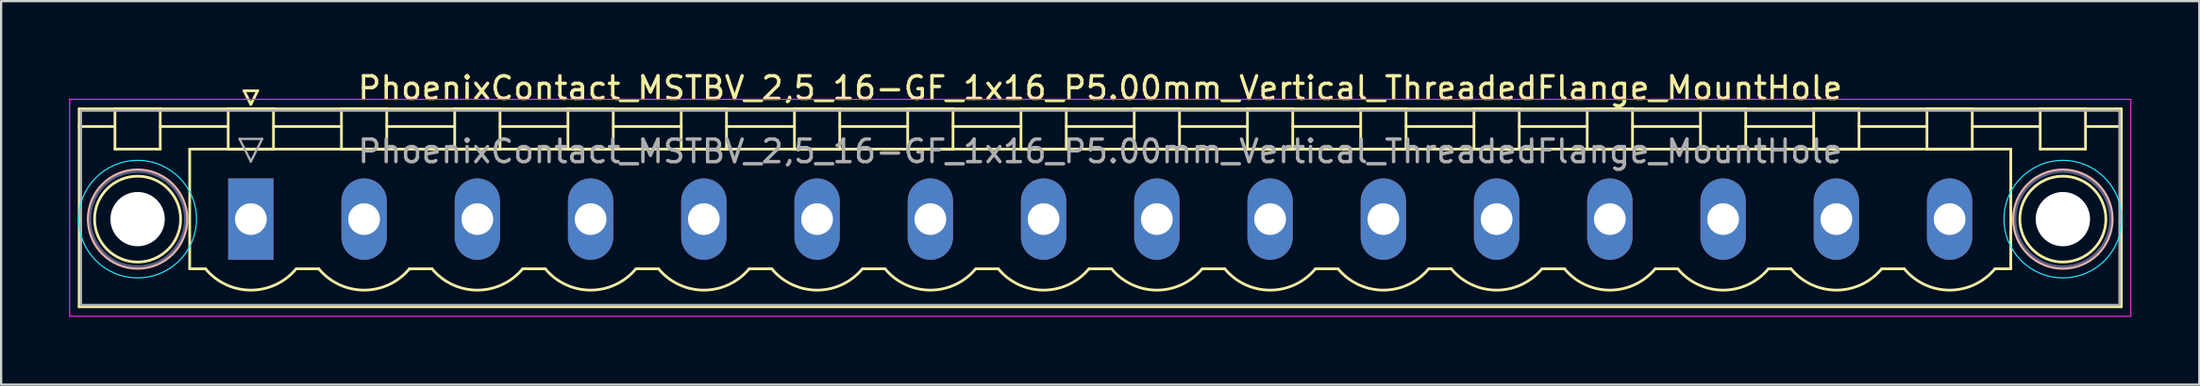
<source format=kicad_pcb>
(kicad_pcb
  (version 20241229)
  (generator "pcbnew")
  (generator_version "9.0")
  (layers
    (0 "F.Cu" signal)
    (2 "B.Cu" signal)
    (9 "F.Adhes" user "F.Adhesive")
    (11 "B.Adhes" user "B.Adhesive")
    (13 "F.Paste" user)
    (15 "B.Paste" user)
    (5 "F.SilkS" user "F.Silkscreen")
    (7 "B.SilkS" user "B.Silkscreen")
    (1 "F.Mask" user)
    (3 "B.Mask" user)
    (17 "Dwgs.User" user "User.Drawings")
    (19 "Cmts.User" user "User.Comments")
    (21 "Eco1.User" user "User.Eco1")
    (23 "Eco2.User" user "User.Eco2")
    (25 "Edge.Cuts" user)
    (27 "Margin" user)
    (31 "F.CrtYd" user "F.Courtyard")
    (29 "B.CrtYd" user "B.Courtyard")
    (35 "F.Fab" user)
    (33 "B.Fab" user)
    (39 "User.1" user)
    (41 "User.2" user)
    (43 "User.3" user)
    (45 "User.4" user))
  (footprint "PhoenixContact_MSTBV_2,5_16-GF_1x16_P5.00mm_Vertical_ThreadedFlange_MountHole"
    (layer "F.Cu")
    (at 8.025 6.648)
    (property "Reference" "PhoenixContact_MSTBV_2,5_16-GF_1x16_P5.00mm_Vertical_ThreadedFlange_MountHole" (at 37.5 -5.8 0) (layer "F.SilkS") (effects (font (size 1 1) (thickness 0.15))))
    (attr through_hole)
    (fp_line (start -7.58 -4.88) (end -7.58 3.88) (stroke (width 0.12) (type solid)) (layer "F.SilkS"))
    (fp_line (start -7.58 -4.1) (end -6.08 -4.1) (stroke (width 0.12) (type solid)) (layer "F.SilkS"))
    (fp_line (start -7.58 3.88) (end 82.58 3.88) (stroke (width 0.12) (type solid)) (layer "F.SilkS"))
    (fp_line (start -6 -4.88) (end -4 -4.88) (stroke (width 0.12) (type solid)) (layer "F.SilkS"))
    (fp_line (start -6 -3.1) (end -6 -4.88) (stroke (width 0.12) (type solid)) (layer "F.SilkS"))
    (fp_line (start -4 -4.88) (end -4 -3.1) (stroke (width 0.12) (type solid)) (layer "F.SilkS"))
    (fp_line (start -4 -4.1) (end -1 -4.1) (stroke (width 0.12) (type solid)) (layer "F.SilkS"))
    (fp_line (start -4 -3.1) (end -6 -3.1) (stroke (width 0.12) (type solid)) (layer "F.SilkS"))
    (fp_line (start -2.7 -3.1) (end 77.7 -3.1) (stroke (width 0.12) (type solid)) (layer "F.SilkS"))
    (fp_line (start -2.7 2.2) (end -2.7 -3.1) (stroke (width 0.12) (type solid)) (layer "F.SilkS"))
    (fp_line (start -2 2.2) (end -2.7 2.2) (stroke (width 0.12) (type solid)) (layer "F.SilkS"))
    (fp_line (start -1 -4.88) (end 1 -4.88) (stroke (width 0.12) (type solid)) (layer "F.SilkS"))
    (fp_line (start -1 -3.1) (end -1 -4.88) (stroke (width 0.12) (type solid)) (layer "F.SilkS"))
    (fp_line (start -0.3 -5.68) (end 0.3 -5.68) (stroke (width 0.12) (type solid)) (layer "F.SilkS"))
    (fp_line (start 0 -5.08) (end -0.3 -5.68) (stroke (width 0.12) (type solid)) (layer "F.SilkS"))
    (fp_line (start 0.3 -5.68) (end 0 -5.08) (stroke (width 0.12) (type solid)) (layer "F.SilkS"))
    (fp_line (start 1 -4.88) (end 1 -3.1) (stroke (width 0.12) (type solid)) (layer "F.SilkS"))
    (fp_line (start 1 -4.1) (end 4 -4.1) (stroke (width 0.12) (type solid)) (layer "F.SilkS"))
    (fp_line (start 1 -3.1) (end -1 -3.1) (stroke (width 0.12) (type solid)) (layer "F.SilkS"))
    (fp_line (start 2 2.2) (end 3 2.2) (stroke (width 0.12) (type solid)) (layer "F.SilkS"))
    (fp_line (start 4 -4.88) (end 6 -4.88) (stroke (width 0.12) (type solid)) (layer "F.SilkS"))
    (fp_line (start 4 -3.1) (end 4 -4.88) (stroke (width 0.12) (type solid)) (layer "F.SilkS"))
    (fp_line (start 6 -4.88) (end 6 -3.1) (stroke (width 0.12) (type solid)) (layer "F.SilkS"))
    (fp_line (start 6 -4.1) (end 9 -4.1) (stroke (width 0.12) (type solid)) (layer "F.SilkS"))
    (fp_line (start 6 -3.1) (end 4 -3.1) (stroke (width 0.12) (type solid)) (layer "F.SilkS"))
    (fp_line (start 7 2.2) (end 8 2.2) (stroke (width 0.12) (type solid)) (layer "F.SilkS"))
    (fp_line (start 9 -4.88) (end 11 -4.88) (stroke (width 0.12) (type solid)) (layer "F.SilkS"))
    (fp_line (start 9 -3.1) (end 9 -4.88) (stroke (width 0.12) (type solid)) (layer "F.SilkS"))
    (fp_line (start 11 -4.88) (end 11 -3.1) (stroke (width 0.12) (type solid)) (layer "F.SilkS"))
    (fp_line (start 11 -4.1) (end 14 -4.1) (stroke (width 0.12) (type solid)) (layer "F.SilkS"))
    (fp_line (start 11 -3.1) (end 9 -3.1) (stroke (width 0.12) (type solid)) (layer "F.SilkS"))
    (fp_line (start 12 2.2) (end 13 2.2) (stroke (width 0.12) (type solid)) (layer "F.SilkS"))
    (fp_line (start 14 -4.88) (end 16 -4.88) (stroke (width 0.12) (type solid)) (layer "F.SilkS"))
    (fp_line (start 14 -3.1) (end 14 -4.88) (stroke (width 0.12) (type solid)) (layer "F.SilkS"))
    (fp_line (start 16 -4.88) (end 16 -3.1) (stroke (width 0.12) (type solid)) (layer "F.SilkS"))
    (fp_line (start 16 -4.1) (end 19 -4.1) (stroke (width 0.12) (type solid)) (layer "F.SilkS"))
    (fp_line (start 16 -3.1) (end 14 -3.1) (stroke (width 0.12) (type solid)) (layer "F.SilkS"))
    (fp_line (start 17 2.2) (end 18 2.2) (stroke (width 0.12) (type solid)) (layer "F.SilkS"))
    (fp_line (start 19 -4.88) (end 21 -4.88) (stroke (width 0.12) (type solid)) (layer "F.SilkS"))
    (fp_line (start 19 -3.1) (end 19 -4.88) (stroke (width 0.12) (type solid)) (layer "F.SilkS"))
    (fp_line (start 21 -4.88) (end 21 -3.1) (stroke (width 0.12) (type solid)) (layer "F.SilkS"))
    (fp_line (start 21 -4.1) (end 24 -4.1) (stroke (width 0.12) (type solid)) (layer "F.SilkS"))
    (fp_line (start 21 -3.1) (end 19 -3.1) (stroke (width 0.12) (type solid)) (layer "F.SilkS"))
    (fp_line (start 22 2.2) (end 23 2.2) (stroke (width 0.12) (type solid)) (layer "F.SilkS"))
    (fp_line (start 24 -4.88) (end 26 -4.88) (stroke (width 0.12) (type solid)) (layer "F.SilkS"))
    (fp_line (start 24 -3.1) (end 24 -4.88) (stroke (width 0.12) (type solid)) (layer "F.SilkS"))
    (fp_line (start 26 -4.88) (end 26 -3.1) (stroke (width 0.12) (type solid)) (layer "F.SilkS"))
    (fp_line (start 26 -4.1) (end 29 -4.1) (stroke (width 0.12) (type solid)) (layer "F.SilkS"))
    (fp_line (start 26 -3.1) (end 24 -3.1) (stroke (width 0.12) (type solid)) (layer "F.SilkS"))
    (fp_line (start 27 2.2) (end 28 2.2) (stroke (width 0.12) (type solid)) (layer "F.SilkS"))
    (fp_line (start 29 -4.88) (end 31 -4.88) (stroke (width 0.12) (type solid)) (layer "F.SilkS"))
    (fp_line (start 29 -3.1) (end 29 -4.88) (stroke (width 0.12) (type solid)) (layer "F.SilkS"))
    (fp_line (start 31 -4.88) (end 31 -3.1) (stroke (width 0.12) (type solid)) (layer "F.SilkS"))
    (fp_line (start 31 -4.1) (end 34 -4.1) (stroke (width 0.12) (type solid)) (layer "F.SilkS"))
    (fp_line (start 31 -3.1) (end 29 -3.1) (stroke (width 0.12) (type solid)) (layer "F.SilkS"))
    (fp_line (start 32 2.2) (end 33 2.2) (stroke (width 0.12) (type solid)) (layer "F.SilkS"))
    (fp_line (start 34 -4.88) (end 36 -4.88) (stroke (width 0.12) (type solid)) (layer "F.SilkS"))
    (fp_line (start 34 -3.1) (end 34 -4.88) (stroke (width 0.12) (type solid)) (layer "F.SilkS"))
    (fp_line (start 36 -4.88) (end 36 -3.1) (stroke (width 0.12) (type solid)) (layer "F.SilkS"))
    (fp_line (start 36 -4.1) (end 39 -4.1) (stroke (width 0.12) (type solid)) (layer "F.SilkS"))
    (fp_line (start 36 -3.1) (end 34 -3.1) (stroke (width 0.12) (type solid)) (layer "F.SilkS"))
    (fp_line (start 37 2.2) (end 38 2.2) (stroke (width 0.12) (type solid)) (layer "F.SilkS"))
    (fp_line (start 39 -4.88) (end 41 -4.88) (stroke (width 0.12) (type solid)) (layer "F.SilkS"))
    (fp_line (start 39 -3.1) (end 39 -4.88) (stroke (width 0.12) (type solid)) (layer "F.SilkS"))
    (fp_line (start 41 -4.88) (end 41 -3.1) (stroke (width 0.12) (type solid)) (layer "F.SilkS"))
    (fp_line (start 41 -4.1) (end 44 -4.1) (stroke (width 0.12) (type solid)) (layer "F.SilkS"))
    (fp_line (start 41 -3.1) (end 39 -3.1) (stroke (width 0.12) (type solid)) (layer "F.SilkS"))
    (fp_line (start 42 2.2) (end 43 2.2) (stroke (width 0.12) (type solid)) (layer "F.SilkS"))
    (fp_line (start 44 -4.88) (end 46 -4.88) (stroke (width 0.12) (type solid)) (layer "F.SilkS"))
    (fp_line (start 44 -3.1) (end 44 -4.88) (stroke (width 0.12) (type solid)) (layer "F.SilkS"))
    (fp_line (start 46 -4.88) (end 46 -3.1) (stroke (width 0.12) (type solid)) (layer "F.SilkS"))
    (fp_line (start 46 -4.1) (end 49 -4.1) (stroke (width 0.12) (type solid)) (layer "F.SilkS"))
    (fp_line (start 46 -3.1) (end 44 -3.1) (stroke (width 0.12) (type solid)) (layer "F.SilkS"))
    (fp_line (start 47 2.2) (end 48 2.2) (stroke (width 0.12) (type solid)) (layer "F.SilkS"))
    (fp_line (start 49 -4.88) (end 51 -4.88) (stroke (width 0.12) (type solid)) (layer "F.SilkS"))
    (fp_line (start 49 -3.1) (end 49 -4.88) (stroke (width 0.12) (type solid)) (layer "F.SilkS"))
    (fp_line (start 51 -4.88) (end 51 -3.1) (stroke (width 0.12) (type solid)) (layer "F.SilkS"))
    (fp_line (start 51 -4.1) (end 54 -4.1) (stroke (width 0.12) (type solid)) (layer "F.SilkS"))
    (fp_line (start 51 -3.1) (end 49 -3.1) (stroke (width 0.12) (type solid)) (layer "F.SilkS"))
    (fp_line (start 52 2.2) (end 53 2.2) (stroke (width 0.12) (type solid)) (layer "F.SilkS"))
    (fp_line (start 54 -4.88) (end 56 -4.88) (stroke (width 0.12) (type solid)) (layer "F.SilkS"))
    (fp_line (start 54 -3.1) (end 54 -4.88) (stroke (width 0.12) (type solid)) (layer "F.SilkS"))
    (fp_line (start 56 -4.88) (end 56 -3.1) (stroke (width 0.12) (type solid)) (layer "F.SilkS"))
    (fp_line (start 56 -4.1) (end 59 -4.1) (stroke (width 0.12) (type solid)) (layer "F.SilkS"))
    (fp_line (start 56 -3.1) (end 54 -3.1) (stroke (width 0.12) (type solid)) (layer "F.SilkS"))
    (fp_line (start 57 2.2) (end 58 2.2) (stroke (width 0.12) (type solid)) (layer "F.SilkS"))
    (fp_line (start 59 -4.88) (end 61 -4.88) (stroke (width 0.12) (type solid)) (layer "F.SilkS"))
    (fp_line (start 59 -3.1) (end 59 -4.88) (stroke (width 0.12) (type solid)) (layer "F.SilkS"))
    (fp_line (start 61 -4.88) (end 61 -3.1) (stroke (width 0.12) (type solid)) (layer "F.SilkS"))
    (fp_line (start 61 -4.1) (end 64 -4.1) (stroke (width 0.12) (type solid)) (layer "F.SilkS"))
    (fp_line (start 61 -3.1) (end 59 -3.1) (stroke (width 0.12) (type solid)) (layer "F.SilkS"))
    (fp_line (start 62 2.2) (end 63 2.2) (stroke (width 0.12) (type solid)) (layer "F.SilkS"))
    (fp_line (start 64 -4.88) (end 66 -4.88) (stroke (width 0.12) (type solid)) (layer "F.SilkS"))
    (fp_line (start 64 -3.1) (end 64 -4.88) (stroke (width 0.12) (type solid)) (layer "F.SilkS"))
    (fp_line (start 66 -4.88) (end 66 -3.1) (stroke (width 0.12) (type solid)) (layer "F.SilkS"))
    (fp_line (start 66 -4.1) (end 69 -4.1) (stroke (width 0.12) (type solid)) (layer "F.SilkS"))
    (fp_line (start 66 -3.1) (end 64 -3.1) (stroke (width 0.12) (type solid)) (layer "F.SilkS"))
    (fp_line (start 67 2.2) (end 68 2.2) (stroke (width 0.12) (type solid)) (layer "F.SilkS"))
    (fp_line (start 69 -4.88) (end 71 -4.88) (stroke (width 0.12) (type solid)) (layer "F.SilkS"))
    (fp_line (start 69 -3.1) (end 69 -4.88) (stroke (width 0.12) (type solid)) (layer "F.SilkS"))
    (fp_line (start 71 -4.88) (end 71 -3.1) (stroke (width 0.12) (type solid)) (layer "F.SilkS"))
    (fp_line (start 71 -4.1) (end 74 -4.1) (stroke (width 0.12) (type solid)) (layer "F.SilkS"))
    (fp_line (start 71 -3.1) (end 69 -3.1) (stroke (width 0.12) (type solid)) (layer "F.SilkS"))
    (fp_line (start 72 2.2) (end 73 2.2) (stroke (width 0.12) (type solid)) (layer "F.SilkS"))
    (fp_line (start 74 -4.88) (end 76 -4.88) (stroke (width 0.12) (type solid)) (layer "F.SilkS"))
    (fp_line (start 74 -3.1) (end 74 -4.88) (stroke (width 0.12) (type solid)) (layer "F.SilkS"))
    (fp_line (start 76 -4.88) (end 76 -3.1) (stroke (width 0.12) (type solid)) (layer "F.SilkS"))
    (fp_line (start 76 -4.1) (end 79 -4.1) (stroke (width 0.12) (type solid)) (layer "F.SilkS"))
    (fp_line (start 76 -3.1) (end 74 -3.1) (stroke (width 0.12) (type solid)) (layer "F.SilkS"))
    (fp_line (start 77.7 -3.1) (end 77.7 2.2) (stroke (width 0.12) (type solid)) (layer "F.SilkS"))
    (fp_line (start 77.7 2.2) (end 77 2.2) (stroke (width 0.12) (type solid)) (layer "F.SilkS"))
    (fp_line (start 79 -4.88) (end 81 -4.88) (stroke (width 0.12) (type solid)) (layer "F.SilkS"))
    (fp_line (start 79 -3.1) (end 79 -4.88) (stroke (width 0.12) (type solid)) (layer "F.SilkS"))
    (fp_line (start 81 -4.88) (end 81 -3.1) (stroke (width 0.12) (type solid)) (layer "F.SilkS"))
    (fp_line (start 81 -3.1) (end 79 -3.1) (stroke (width 0.12) (type solid)) (layer "F.SilkS"))
    (fp_line (start 82.58 -4.88) (end -7.58 -4.88) (stroke (width 0.12) (type solid)) (layer "F.SilkS"))
    (fp_line (start 82.58 -4.1) (end 81.08 -4.1) (stroke (width 0.12) (type solid)) (layer "F.SilkS"))
    (fp_line (start 82.58 3.88) (end 82.58 -4.88) (stroke (width 0.12) (type solid)) (layer "F.SilkS"))
    (fp_arc (start 1.986842 2.215821) (mid -0.010289 3.142758) (end -2 2.2) (stroke (width 0.12) (type solid)) (layer "F.SilkS"))
    (fp_arc (start 6.986842 2.215821) (mid 4.989711 3.142758) (end 3 2.2) (stroke (width 0.12) (type solid)) (layer "F.SilkS"))
    (fp_arc (start 11.986842 2.215821) (mid 9.989711 3.142758) (end 8 2.2) (stroke (width 0.12) (type solid)) (layer "F.SilkS"))
    (fp_arc (start 16.986842 2.215821) (mid 14.989711 3.142758) (end 13 2.2) (stroke (width 0.12) (type solid)) (layer "F.SilkS"))
    (fp_arc (start 21.986842 2.215821) (mid 19.989711 3.142758) (end 18 2.2) (stroke (width 0.12) (type solid)) (layer "F.SilkS"))
    (fp_arc (start 26.986842 2.215821) (mid 24.989711 3.142758) (end 23 2.2) (stroke (width 0.12) (type solid)) (layer "F.SilkS"))
    (fp_arc (start 31.986842 2.215821) (mid 29.989711 3.142758) (end 28 2.2) (stroke (width 0.12) (type solid)) (layer "F.SilkS"))
    (fp_arc (start 36.986842 2.215821) (mid 34.989711 3.142758) (end 33 2.2) (stroke (width 0.12) (type solid)) (layer "F.SilkS"))
    (fp_arc (start 41.986842 2.215821) (mid 39.989711 3.142758) (end 38 2.2) (stroke (width 0.12) (type solid)) (layer "F.SilkS"))
    (fp_arc (start 46.986842 2.215821) (mid 44.989711 3.142758) (end 43 2.2) (stroke (width 0.12) (type solid)) (layer "F.SilkS"))
    (fp_arc (start 51.986842 2.215821) (mid 49.989711 3.142758) (end 48 2.2) (stroke (width 0.12) (type solid)) (layer "F.SilkS"))
    (fp_arc (start 56.986842 2.215821) (mid 54.989711 3.142758) (end 53 2.2) (stroke (width 0.12) (type solid)) (layer "F.SilkS"))
    (fp_arc (start 61.986842 2.215821) (mid 59.989711 3.142758) (end 58 2.2) (stroke (width 0.12) (type solid)) (layer "F.SilkS"))
    (fp_arc (start 66.986842 2.215821) (mid 64.989711 3.142758) (end 63 2.2) (stroke (width 0.12) (type solid)) (layer "F.SilkS"))
    (fp_arc (start 71.986842 2.215821) (mid 69.989711 3.142758) (end 68 2.2) (stroke (width 0.12) (type solid)) (layer "F.SilkS"))
    (fp_arc (start 76.986842 2.215821) (mid 74.989711 3.142758) (end 73 2.2) (stroke (width 0.12) (type solid)) (layer "F.SilkS"))
    (fp_circle (center -5 0) (end -3.1 0) (stroke (width 0.12) (type solid)) (fill no) (layer "F.SilkS"))
    (fp_circle (center 80 0) (end 81.9 0) (stroke (width 0.12) (type solid)) (fill no) (layer "F.SilkS"))
    (fp_circle (center -5 0) (end -2.82 0) (stroke (width 0.12) (type solid)) (fill no) (layer "B.SilkS"))
    (fp_circle (center 80 0) (end 82.18 0) (stroke (width 0.12) (type solid)) (fill no) (layer "B.SilkS"))
    (fp_circle (center -5 0) (end -2.4 0) (stroke (width 0.05) (type solid)) (fill no) (layer "B.CrtYd"))
    (fp_circle (center 80 0) (end 82.6 0) (stroke (width 0.05) (type solid)) (fill no) (layer "B.CrtYd"))
    (fp_line (start -8 -5.3) (end -8 4.3) (stroke (width 0.05) (type solid)) (layer "F.CrtYd"))
    (fp_line (start -8 4.3) (end 83 4.3) (stroke (width 0.05) (type solid)) (layer "F.CrtYd"))
    (fp_line (start 83 -5.3) (end -8 -5.3) (stroke (width 0.05) (type solid)) (layer "F.CrtYd"))
    (fp_line (start 83 4.3) (end 83 -5.3) (stroke (width 0.05) (type solid)) (layer "F.CrtYd"))
    (fp_circle (center -5 0) (end -2.9 0) (stroke (width 0.1) (type solid)) (fill no) (layer "B.Fab"))
    (fp_circle (center 80 0) (end 82.1 0) (stroke (width 0.1) (type solid)) (fill no) (layer "B.Fab"))
    (fp_line (start -7.5 -4.8) (end -7.5 3.8) (stroke (width 0.1) (type solid)) (layer "F.Fab"))
    (fp_line (start -7.5 3.8) (end 82.5 3.8) (stroke (width 0.1) (type solid)) (layer "F.Fab"))
    (fp_line (start -0.5 -3.55) (end 0.5 -3.55) (stroke (width 0.1) (type solid)) (layer "F.Fab"))
    (fp_line (start 0 -2.55) (end -0.5 -3.55) (stroke (width 0.1) (type solid)) (layer "F.Fab"))
    (fp_line (start 0.5 -3.55) (end 0 -2.55) (stroke (width 0.1) (type solid)) (layer "F.Fab"))
    (fp_line (start 82.5 -4.8) (end -7.5 -4.8) (stroke (width 0.1) (type solid)) (layer "F.Fab"))
    (fp_line (start 82.5 3.8) (end 82.5 -4.8) (stroke (width 0.1) (type solid)) (layer "F.Fab"))
    (fp_text user "${REFERENCE}" (at 37.5 -3 0) (layer "F.Fab") (effects (font (size 1 1) (thickness 0.15))))
    (pad "" np_thru_hole circle (at -5 0) (size 2.4 2.4) (drill 2.4) (layers "*.Cu" "*.Mask"))
    (pad "" np_thru_hole circle (at 80 0) (size 2.4 2.4) (drill 2.4) (layers "*.Cu" "*.Mask"))
    (pad "1" thru_hole rect (at 0 0) (size 2 3.6) (drill 1.4) (layers "*.Cu" "*.Mask"))
    (pad "2" thru_hole oval (at 5 0) (size 2 3.6) (drill 1.4) (layers "*.Cu" "*.Mask"))
    (pad "3" thru_hole oval (at 10 0) (size 2 3.6) (drill 1.4) (layers "*.Cu" "*.Mask"))
    (pad "4" thru_hole oval (at 15 0) (size 2 3.6) (drill 1.4) (layers "*.Cu" "*.Mask"))
    (pad "5" thru_hole oval (at 20 0) (size 2 3.6) (drill 1.4) (layers "*.Cu" "*.Mask"))
    (pad "6" thru_hole oval (at 25 0) (size 2 3.6) (drill 1.4) (layers "*.Cu" "*.Mask"))
    (pad "7" thru_hole oval (at 30 0) (size 2 3.6) (drill 1.4) (layers "*.Cu" "*.Mask"))
    (pad "8" thru_hole oval (at 35 0) (size 2 3.6) (drill 1.4) (layers "*.Cu" "*.Mask"))
    (pad "9" thru_hole oval (at 40 0) (size 2 3.6) (drill 1.4) (layers "*.Cu" "*.Mask"))
    (pad "10" thru_hole oval (at 45 0) (size 2 3.6) (drill 1.4) (layers "*.Cu" "*.Mask"))
    (pad "11" thru_hole oval (at 50 0) (size 2 3.6) (drill 1.4) (layers "*.Cu" "*.Mask"))
    (pad "12" thru_hole oval (at 55 0) (size 2 3.6) (drill 1.4) (layers "*.Cu" "*.Mask"))
    (pad "13" thru_hole oval (at 60 0) (size 2 3.6) (drill 1.4) (layers "*.Cu" "*.Mask"))
    (pad "14" thru_hole oval (at 65 0) (size 2 3.6) (drill 1.4) (layers "*.Cu" "*.Mask"))
    (pad "15" thru_hole oval (at 70 0) (size 2 3.6) (drill 1.4) (layers "*.Cu" "*.Mask"))
    (pad "16" thru_hole oval (at 75 0) (size 2 3.6) (drill 1.4) (layers "*.Cu" "*.Mask")))
  (gr_rect
    (start -3 -3)
    (end 94.05 13.973)
    (stroke (width 0.1) (type default))
    (fill no)
    (layer "Edge.Cuts")))
</source>
